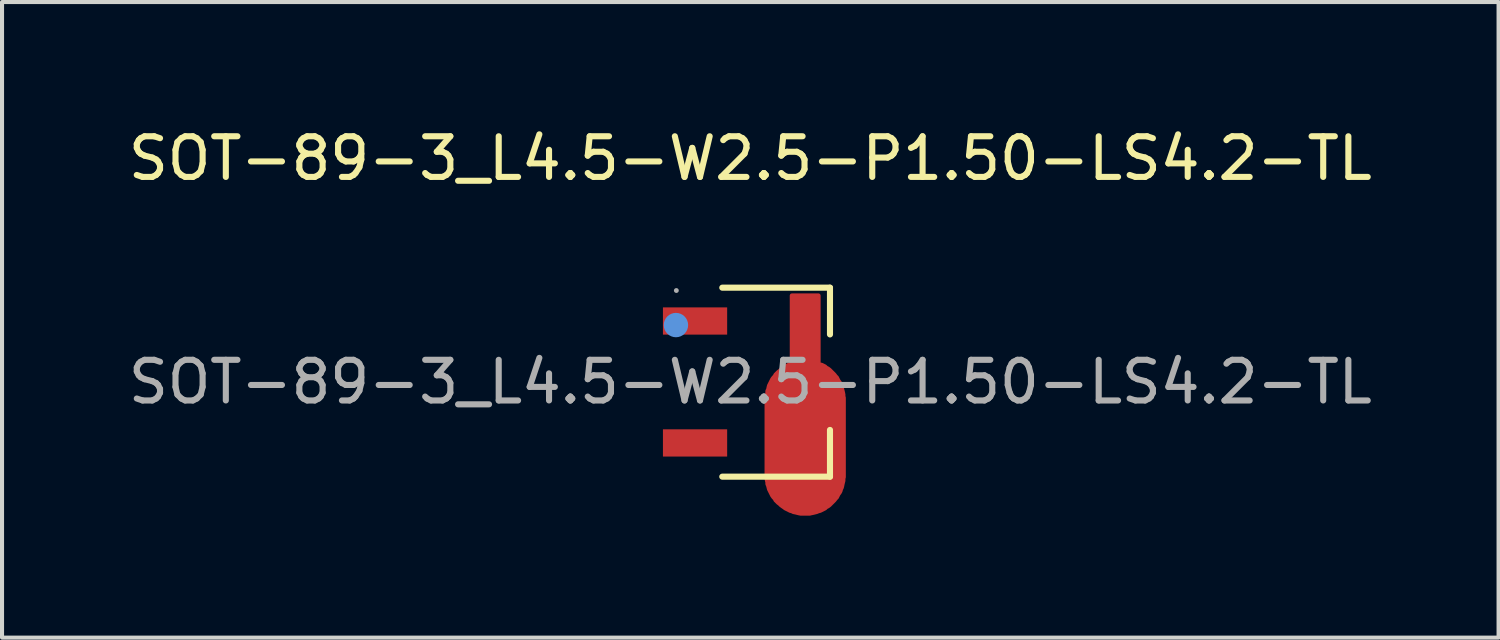
<source format=kicad_pcb>
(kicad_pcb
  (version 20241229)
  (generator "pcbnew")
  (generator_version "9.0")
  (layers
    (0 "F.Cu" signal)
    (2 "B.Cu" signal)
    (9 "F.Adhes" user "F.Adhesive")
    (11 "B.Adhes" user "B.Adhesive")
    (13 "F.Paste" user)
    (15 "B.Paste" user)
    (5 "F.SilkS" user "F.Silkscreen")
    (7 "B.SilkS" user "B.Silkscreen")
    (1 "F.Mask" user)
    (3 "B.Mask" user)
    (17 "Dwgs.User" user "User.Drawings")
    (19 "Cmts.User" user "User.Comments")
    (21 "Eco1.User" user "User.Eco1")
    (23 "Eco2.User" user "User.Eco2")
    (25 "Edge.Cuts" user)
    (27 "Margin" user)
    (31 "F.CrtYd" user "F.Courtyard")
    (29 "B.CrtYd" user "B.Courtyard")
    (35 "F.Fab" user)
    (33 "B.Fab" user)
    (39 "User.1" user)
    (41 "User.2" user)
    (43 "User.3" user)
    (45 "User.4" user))
  (footprint "SOT-89-3_L4.5-W2.5-P1.50-LS4.2-TL"
    (layer "F.Cu")
    (at 15.411 6.348)
    (property "Reference" "SOT-89-3_L4.5-W2.5-P1.50-LS4.2-TL" (at 0 -5.5 0) (layer "F.SilkS") (effects (font (size 1 1) (thickness 0.15))))
    (attr smd)
    (fp_line (start -0.69 -2.32) (end 1.96 -2.32) (stroke (width 0.15) (type solid)) (layer "F.SilkS"))
    (fp_line (start -0.69 2.33) (end 1.96 2.33) (stroke (width 0.15) (type solid)) (layer "F.SilkS"))
    (fp_line (start 1.96 -2.32) (end 1.96 -1.17) (stroke (width 0.15) (type solid)) (layer "F.SilkS"))
    (fp_line (start 1.96 2.33) (end 1.96 1.18) (stroke (width 0.15) (type solid)) (layer "F.SilkS"))
    (fp_circle (center -1.83 -1.4) (end -1.68 -1.4) (stroke (width 0.3) (type solid)) (fill no) (layer "Cmts.User"))
    (fp_circle (center -1.82 -2.25) (end -1.79 -2.25) (stroke (width 0.06) (type solid)) (fill no) (layer "F.Fab"))
    (fp_text user "${REFERENCE}" (at 0 0 0) (layer "F.Fab") (effects (font (size 1 1) (thickness 0.15))))
    (pad "1" smd rect (at -1.36 -1.5 180) (size 1.58 0.67) (layers "F.Cu" "F.Mask" "F.Paste"))
    (pad "2" smd custom (at 1.36 0.01 270) (size 1 1) (layers "F.Cu" "F.Mask" "F.Paste") (options (anchor circle)) (primitives (gr_poly (pts (xy 2.28 0.96) (xy 0.43 0.96) (xy 0.38 0.96) (xy 0.34 0.96) (xy 0.3 0.95) (xy 0.25 0.94) (xy 0.21 0.94) (xy 0.17 0.92) (xy 0.12 0.91) (xy 0.08 0.9) (xy 0.04 0.88) (xy 0 0.86) (xy -0.04 0.84) (xy -0.08 0.82) (xy -0.12 0.79) (xy -0.15 0.76) (xy -0.19 0.74) (xy -0.22 0.71) (xy -0.25 0.68) (xy -0.28 0.64) (xy -0.31 0.61) (xy -0.34 0.57) (xy -0.36 0.54) (xy -0.39 0.5) (xy -0.41 0.46) (xy -0.43 0.42) (xy -0.45 0.34) (xy -2.14 0.34) (xy -2.14 -0.32) (xy -0.45 -0.32) (xy -0.43 -0.4) (xy -0.41 -0.44) (xy -0.39 -0.48) (xy -0.36 -0.51) (xy -0.34 -0.55) (xy -0.31 -0.59) (xy -0.28 -0.62) (xy -0.25 -0.65) (xy -0.22 -0.68) (xy -0.19 -0.71) (xy -0.15 -0.74) (xy -0.12 -0.77) (xy -0.08 -0.79) (xy -0.04 -0.81) (xy 0 -0.84) (xy 0.04 -0.86) (xy 0.08 -0.87) (xy 0.12 -0.89) (xy 0.17 -0.9) (xy 0.21 -0.91) (xy 0.25 -0.92) (xy 0.3 -0.93) (xy 0.34 -0.93) (xy 0.38 -0.94) (xy 0.43 -0.94) (xy 2.28 -0.94) (xy 2.33 -0.94) (xy 2.37 -0.93) (xy 2.42 -0.93) (xy 2.46 -0.92) (xy 2.5 -0.91) (xy 2.55 -0.9) (xy 2.59 -0.89) (xy 2.63 -0.87) (xy 2.67 -0.86) (xy 2.71 -0.84) (xy 2.75 -0.81) (xy 2.79 -0.79) (xy 2.83 -0.77) (xy 2.86 -0.74) (xy 2.9 -0.71) (xy 2.93 -0.68) (xy 2.96 -0.65) (xy 2.99 -0.62) (xy 3.02 -0.59) (xy 3.05 -0.55) (xy 3.07 -0.51) (xy 3.1 -0.48) (xy 3.12 -0.44) (xy 3.14 -0.4) (xy 3.16 -0.36) (xy 3.17 -0.32) (xy 3.19 -0.27) (xy 3.2 -0.23) (xy 3.21 -0.19) (xy 3.22 -0.14) (xy 3.23 -0.1) (xy 3.23 -0.06) (xy 3.23 -0.01) (xy 3.23 0.03) (xy 3.23 0.08) (xy 3.23 0.12) (xy 3.22 0.17) (xy 3.21 0.21) (xy 3.2 0.25) (xy 3.19 0.3) (xy 3.17 0.34) (xy 3.16 0.38) (xy 3.14 0.42) (xy 3.12 0.46) (xy 3.1 0.5) (xy 3.07 0.54) (xy 3.05 0.57) (xy 3.02 0.61) (xy 2.99 0.64) (xy 2.96 0.68) (xy 2.93 0.71) (xy 2.9 0.74) (xy 2.86 0.76) (xy 2.83 0.79) (xy 2.79 0.82) (xy 2.75 0.84) (xy 2.71 0.86) (xy 2.67 0.88) (xy 2.63 0.9) (xy 2.59 0.91) (xy 2.55 0.92) (xy 2.5 0.94) (xy 2.46 0.94) (xy 2.42 0.95) (xy 2.37 0.96) (xy 2.33 0.96) (xy 2.28 0.96)) (width 0.1) (fill yes))))
    (pad "3" smd rect (at -1.36 1.5 180) (size 1.58 0.67) (layers "F.Cu" "F.Mask" "F.Paste")))
  (gr_rect
    (start -3 -3)
    (end 33.821 12.638)
    (stroke (width 0.1) (type default))
    (fill no)
    (layer "Edge.Cuts")))
</source>
